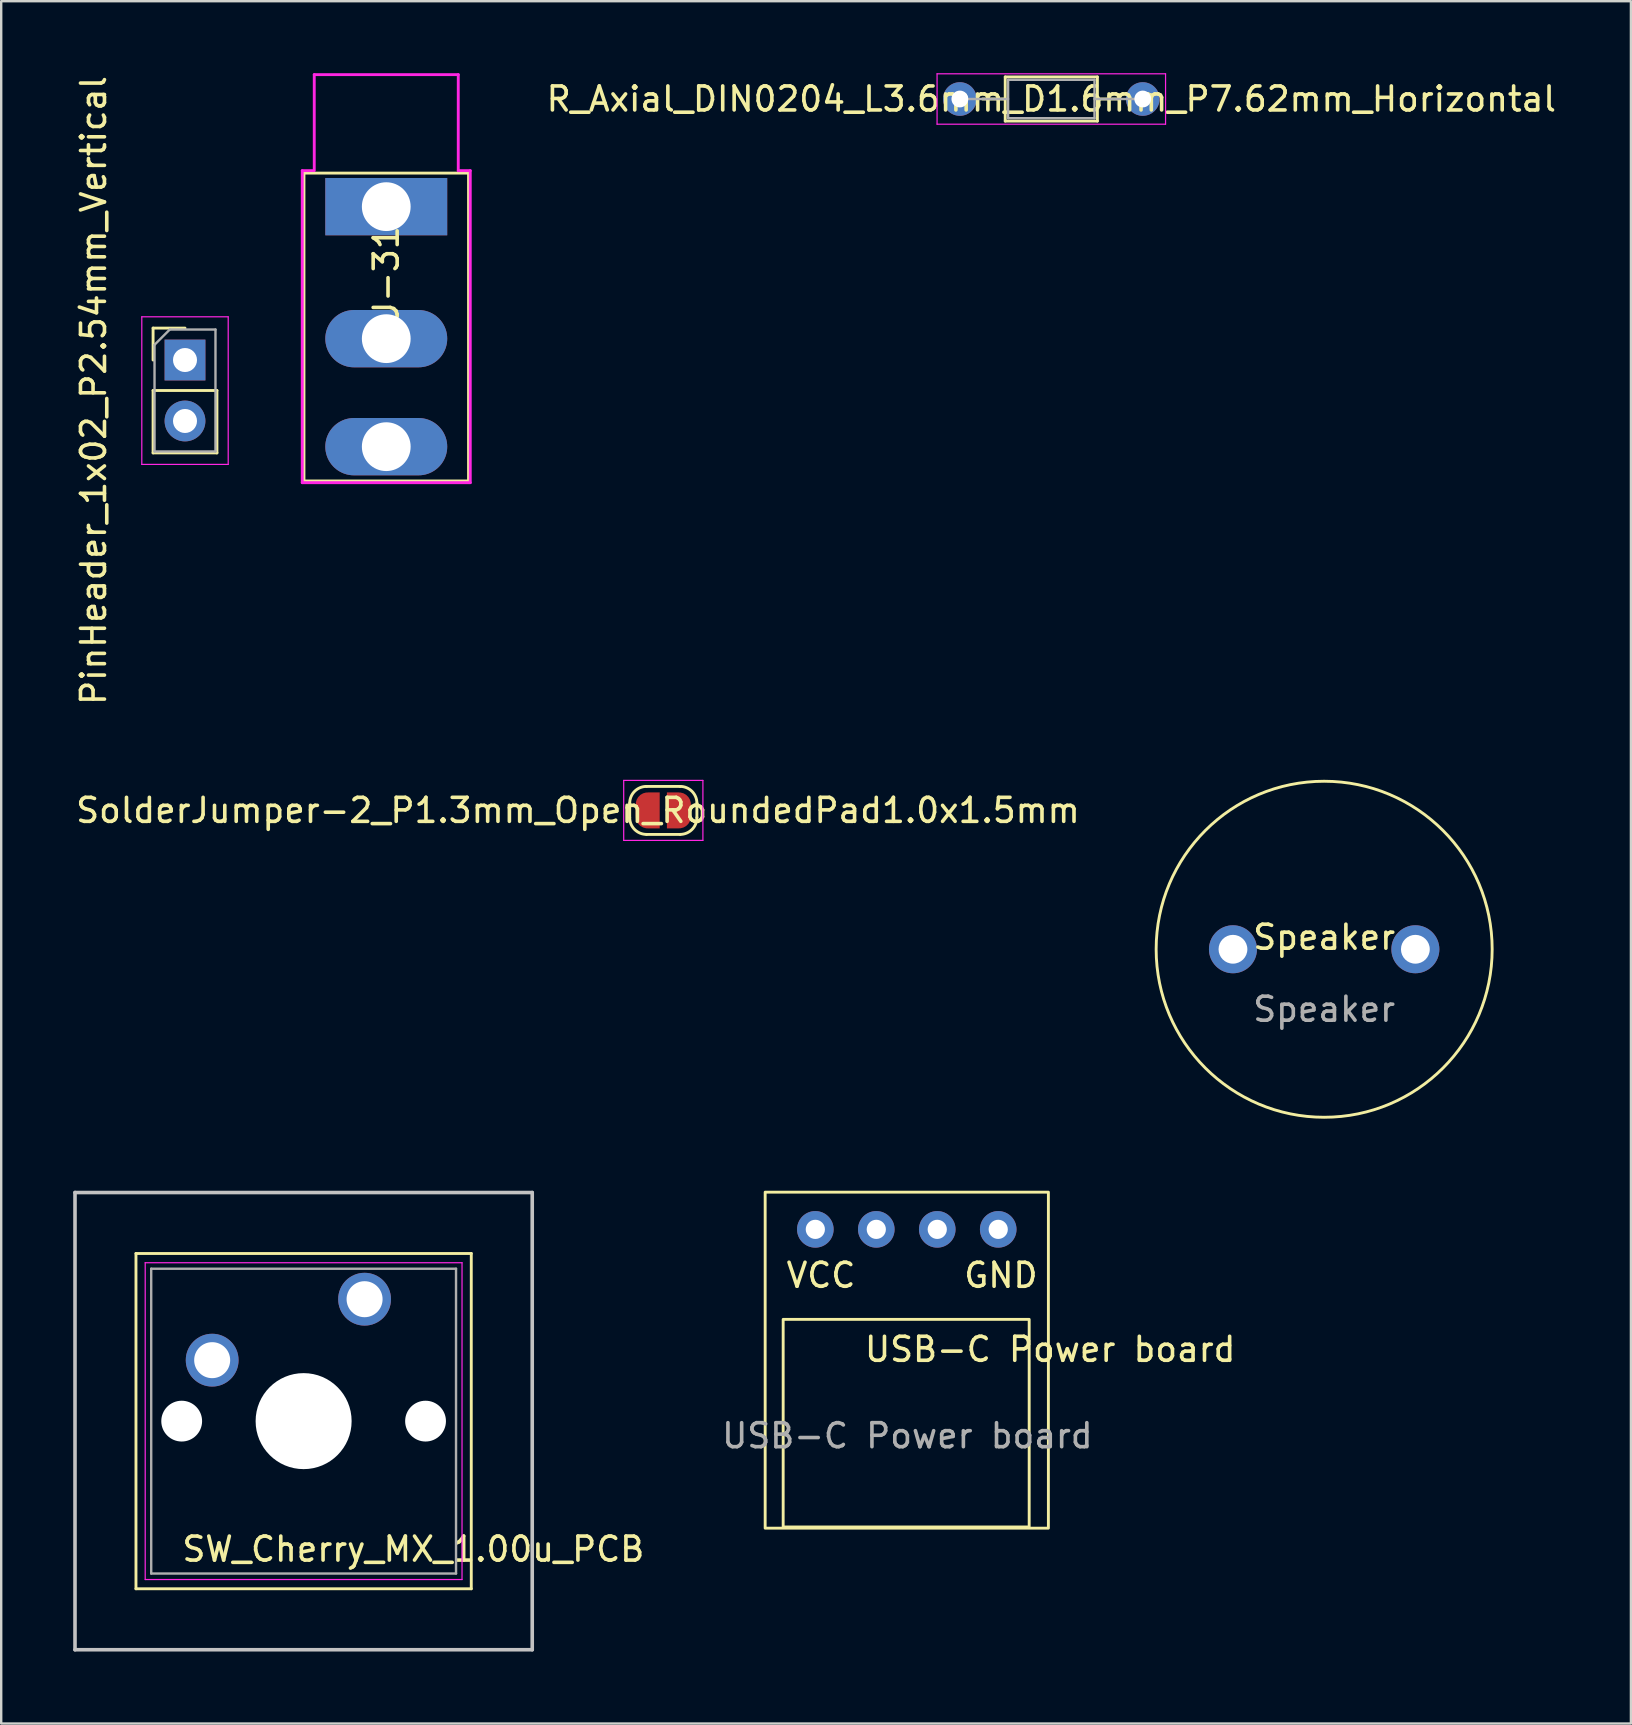
<source format=kicad_pcb>
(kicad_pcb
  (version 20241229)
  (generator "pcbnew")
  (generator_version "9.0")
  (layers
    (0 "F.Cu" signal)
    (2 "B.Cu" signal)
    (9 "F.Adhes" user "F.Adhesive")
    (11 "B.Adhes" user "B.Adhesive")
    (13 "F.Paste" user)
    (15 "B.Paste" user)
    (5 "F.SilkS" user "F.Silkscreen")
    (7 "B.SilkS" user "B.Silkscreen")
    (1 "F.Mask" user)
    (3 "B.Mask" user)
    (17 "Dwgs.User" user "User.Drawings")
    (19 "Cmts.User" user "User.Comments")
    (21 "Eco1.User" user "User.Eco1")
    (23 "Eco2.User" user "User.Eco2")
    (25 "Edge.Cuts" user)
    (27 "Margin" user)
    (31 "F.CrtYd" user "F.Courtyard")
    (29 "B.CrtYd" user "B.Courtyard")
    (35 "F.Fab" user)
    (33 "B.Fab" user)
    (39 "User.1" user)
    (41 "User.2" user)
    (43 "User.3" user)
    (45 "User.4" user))
  (footprint "R_Axial_DIN0204_L3.6mm_D1.6mm_P7.62mm_Horizontal"
    (layer "F.Cu")
    (at 36.942 1.075)
    (property "Reference" "R_Axial_DIN0204_L3.6mm_D1.6mm_P7.62mm_Horizontal" (at 3.81 0 180) (layer "F.SilkS") (effects (font (size 1 1) (thickness 0.15))))
    (attr through_hole)
    (fp_line (start 0.94 0) (end 1.89 0) (stroke (width 0.12) (type solid)) (layer "F.SilkS"))
    (fp_line (start 1.89 -0.92) (end 1.89 0.92) (stroke (width 0.12) (type solid)) (layer "F.SilkS"))
    (fp_line (start 1.89 0.92) (end 5.73 0.92) (stroke (width 0.12) (type solid)) (layer "F.SilkS"))
    (fp_line (start 5.73 -0.92) (end 1.89 -0.92) (stroke (width 0.12) (type solid)) (layer "F.SilkS"))
    (fp_line (start 5.73 0.92) (end 5.73 -0.92) (stroke (width 0.12) (type solid)) (layer "F.SilkS"))
    (fp_line (start 6.68 0) (end 5.73 0) (stroke (width 0.12) (type solid)) (layer "F.SilkS"))
    (fp_line (start -0.95 -1.05) (end -0.95 1.05) (stroke (width 0.05) (type solid)) (layer "F.CrtYd"))
    (fp_line (start -0.95 1.05) (end 8.57 1.05) (stroke (width 0.05) (type solid)) (layer "F.CrtYd"))
    (fp_line (start 8.57 -1.05) (end -0.95 -1.05) (stroke (width 0.05) (type solid)) (layer "F.CrtYd"))
    (fp_line (start 8.57 1.05) (end 8.57 -1.05) (stroke (width 0.05) (type solid)) (layer "F.CrtYd"))
    (fp_line (start 0 0) (end 2.01 0) (stroke (width 0.1) (type solid)) (layer "F.Fab"))
    (fp_line (start 2.01 -0.8) (end 2.01 0.8) (stroke (width 0.1) (type solid)) (layer "F.Fab"))
    (fp_line (start 2.01 0.8) (end 5.61 0.8) (stroke (width 0.1) (type solid)) (layer "F.Fab"))
    (fp_line (start 5.61 -0.8) (end 2.01 -0.8) (stroke (width 0.1) (type solid)) (layer "F.Fab"))
    (fp_line (start 5.61 0.8) (end 5.61 -0.8) (stroke (width 0.1) (type solid)) (layer "F.Fab"))
    (fp_line (start 7.62 0) (end 5.61 0) (stroke (width 0.1) (type solid)) (layer "F.Fab"))
    (pad "1" thru_hole circle (at 0 0) (size 1.4 1.4) (drill 0.7) (layers "*.Cu" "*.Mask"))
    (pad "2" thru_hole oval (at 7.62 0) (size 1.4 1.4) (drill 0.7) (layers "*.Cu" "*.Mask")))
  (footprint "USB-C Power board"
    (layer "F.Cu")
    (at 34.755 54.27)
    (property "Reference" "USB-C Power board" (at 5.95 -1.1 0) (unlocked yes) (layer "F.SilkS") (effects (font (size 1 1) (thickness 0.15))))
    (attr through_hole)
    (fp_rect (start -5.925 -7.65) (end 5.875 6.35) (stroke (width 0.12) (type default)) (fill no) (layer "F.SilkS"))
    (fp_rect (start -5.175 6.3) (end 5.075 -2.35) (stroke (width 0.12) (type default)) (fill no) (layer "F.SilkS"))
    (fp_text user "VCC" (at -5.125 -3.6 0) (unlocked yes) (layer "F.SilkS") (effects (font (size 1 1) (thickness 0.15)) (justify left bottom)))
    (fp_text user "GND" (at 2.275 -3.6 0) (unlocked yes) (layer "F.SilkS") (effects (font (size 1 1) (thickness 0.15)) (justify left bottom)))
    (fp_text user "${REFERENCE}" (at 0 2.5 0) (unlocked yes) (layer "F.Fab") (effects (font (size 1 1) (thickness 0.15))))
    (pad "1" thru_hole circle (at -3.835 -6.1) (size 1.524 1.524) (drill 0.8) (layers "*.Cu" "*.Mask"))
    (pad "2" thru_hole circle (at -1.295 -6.1) (size 1.524 1.524) (drill 0.8) (layers "*.Cu" "*.Mask"))
    (pad "3" thru_hole circle (at 1.245 -6.1) (size 1.524 1.524) (drill 0.8) (layers "*.Cu" "*.Mask"))
    (pad "4" thru_hole circle (at 3.785 -6.1) (size 1.524 1.524) (drill 0.8) (layers "*.Cu" "*.Mask")))
  (footprint "SolderJumper-2_P1.3mm_Open_RoundedPad1.0x1.5mm"
    (layer "F.Cu")
    (at 24.586 30.715)
    (property "Reference" "SolderJumper-2_P1.3mm_Open_RoundedPad1.0x1.5mm" (at -3.556 0 0) (layer "F.SilkS") (effects (font (size 1 1) (thickness 0.15))))
    (attr exclude_from_pos_files exclude_from_bom)
    (fp_line (start -1.4 0.3) (end -1.4 -0.3) (stroke (width 0.12) (type solid)) (layer "F.SilkS"))
    (fp_line (start -0.7 -1) (end 0.7 -1) (stroke (width 0.12) (type solid)) (layer "F.SilkS"))
    (fp_line (start 0.7 1) (end -0.7 1) (stroke (width 0.12) (type solid)) (layer "F.SilkS"))
    (fp_line (start 1.4 -0.3) (end 1.4 0.3) (stroke (width 0.12) (type solid)) (layer "F.SilkS"))
    (fp_arc (start -1.4 -0.3) (mid -1.194975 -0.794975) (end -0.7 -1) (stroke (width 0.12) (type solid)) (layer "F.SilkS"))
    (fp_arc (start -0.7 1) (mid -1.194975 0.794975) (end -1.4 0.3) (stroke (width 0.12) (type solid)) (layer "F.SilkS"))
    (fp_arc (start 0.7 -1) (mid 1.194975 -0.794975) (end 1.4 -0.3) (stroke (width 0.12) (type solid)) (layer "F.SilkS"))
    (fp_arc (start 1.4 0.3) (mid 1.194975 0.794975) (end 0.7 1) (stroke (width 0.12) (type solid)) (layer "F.SilkS"))
    (fp_line (start -1.65 -1.25) (end -1.65 1.25) (stroke (width 0.05) (type solid)) (layer "F.CrtYd"))
    (fp_line (start -1.65 -1.25) (end 1.65 -1.25) (stroke (width 0.05) (type solid)) (layer "F.CrtYd"))
    (fp_line (start 1.65 1.25) (end -1.65 1.25) (stroke (width 0.05) (type solid)) (layer "F.CrtYd"))
    (fp_line (start 1.65 1.25) (end 1.65 -1.25) (stroke (width 0.05) (type solid)) (layer "F.CrtYd"))
    (pad "1" smd custom (at -0.65 0) (size 1 0.5) (layers "F.Cu" "F.Mask") (options (anchor rect)) (primitives (gr_circle (center 0 0.25) (end 0.5 0.25) (width 0) (fill yes)) (gr_circle (center 0 -0.25) (end 0.5 -0.25) (width 0) (fill yes)) (gr_poly (pts (xy 0 -0.75) (xy 0.5 -0.75) (xy 0.5 0.75) (xy 0 0.75)) (width 0) (fill yes))))
    (pad "2" smd custom (at 0.65 0) (size 1 0.5) (layers "F.Cu" "F.Mask") (options (anchor rect)) (primitives (gr_circle (center 0 0.25) (end 0.5 0.25) (width 0) (fill yes)) (gr_circle (center 0 -0.25) (end 0.5 -0.25) (width 0) (fill yes)) (gr_poly (pts (xy 0 -0.75) (xy -0.5 -0.75) (xy -0.5 0.75) (xy 0 0.75)) (width 0) (fill yes)))))
  (footprint "PJ-316"
    (layer "F.Cu")
    (at 13.043 5.56)
    (property "Reference" "PJ-316" (at 0 2.794 90) (layer "F.SilkS") (effects (font (size 1 1) (thickness 0.15))))
    (attr through_hole)
    (fp_line (start -3.429 -1.397) (end 3.429 -1.397) (stroke (width 0.12) (type solid)) (layer "F.SilkS"))
    (fp_line (start -3.429 11.43) (end -3.429 -1.397) (stroke (width 0.12) (type solid)) (layer "F.SilkS"))
    (fp_line (start 3.429 -1.397) (end 3.429 11.43) (stroke (width 0.12) (type solid)) (layer "F.SilkS"))
    (fp_line (start 3.429 11.43) (end -3.429 11.43) (stroke (width 0.12) (type solid)) (layer "F.SilkS"))
    (fp_line (start -3.5 -1.5) (end -3.5 11.5) (stroke (width 0.12) (type solid)) (layer "F.CrtYd"))
    (fp_line (start -3.5 -1.5) (end -3.048 -1.5) (stroke (width 0.12) (type solid)) (layer "F.CrtYd"))
    (fp_line (start -3.5 11.5) (end 3.5 11.5) (stroke (width 0.12) (type solid)) (layer "F.CrtYd"))
    (fp_line (start -3 -5.5) (end -3 -1.5) (stroke (width 0.12) (type solid)) (layer "F.CrtYd"))
    (fp_line (start -3 -5.5) (end 3 -5.5) (stroke (width 0.12) (type solid)) (layer "F.CrtYd"))
    (fp_line (start 3 -1.5) (end 3 -5.5) (stroke (width 0.12) (type solid)) (layer "F.CrtYd"))
    (fp_line (start 3 -1.5) (end 3.5 -1.5) (stroke (width 0.12) (type solid)) (layer "F.CrtYd"))
    (fp_line (start 3.5 -1.5) (end 3.5 11.5) (stroke (width 0.12) (type solid)) (layer "F.CrtYd"))
    (pad "S" thru_hole rect (at 0 0) (size 5.08 2.388) (drill 2.032) (layers "*.Cu" "*.Mask"))
    (pad "T" thru_hole oval (at 0 5.5) (size 5.08 2.388) (drill 2.032) (layers "*.Cu" "*.Mask"))
    (pad "TN" thru_hole oval (at 0 10) (size 5.08 2.388) (drill 2.032) (layers "*.Cu" "*.Mask")))
  (footprint "SW_Cherry_MX_1.00u_PCB"
    (layer "F.Cu")
    (at 12.14 51.08)
    (property "Reference" "SW_Cherry_MX_1.00u_PCB" (at 2.032 10.414 0) (layer "F.SilkS") (effects (font (size 1 1) (thickness 0.15))))
    (attr through_hole)
    (fp_line (start -9.525 -1.905) (end 4.445 -1.905) (stroke (width 0.12) (type solid)) (layer "F.SilkS"))
    (fp_line (start -9.525 12.065) (end -9.525 -1.905) (stroke (width 0.12) (type solid)) (layer "F.SilkS"))
    (fp_line (start 4.445 -1.905) (end 4.445 12.065) (stroke (width 0.12) (type solid)) (layer "F.SilkS"))
    (fp_line (start 4.445 12.065) (end -9.525 12.065) (stroke (width 0.12) (type solid)) (layer "F.SilkS"))
    (fp_line (start -12.065 -4.445) (end 6.985 -4.445) (stroke (width 0.15) (type solid)) (layer "Dwgs.User"))
    (fp_line (start -12.065 14.605) (end -12.065 -4.445) (stroke (width 0.15) (type solid)) (layer "Dwgs.User"))
    (fp_line (start 6.985 -4.445) (end 6.985 14.605) (stroke (width 0.15) (type solid)) (layer "Dwgs.User"))
    (fp_line (start 6.985 14.605) (end -12.065 14.605) (stroke (width 0.15) (type solid)) (layer "Dwgs.User"))
    (fp_line (start -9.14 -1.52) (end 4.06 -1.52) (stroke (width 0.05) (type solid)) (layer "F.CrtYd"))
    (fp_line (start -9.14 11.68) (end -9.14 -1.52) (stroke (width 0.05) (type solid)) (layer "F.CrtYd"))
    (fp_line (start 4.06 -1.52) (end 4.06 11.68) (stroke (width 0.05) (type solid)) (layer "F.CrtYd"))
    (fp_line (start 4.06 11.68) (end -9.14 11.68) (stroke (width 0.05) (type solid)) (layer "F.CrtYd"))
    (fp_line (start -8.89 -1.27) (end 3.81 -1.27) (stroke (width 0.1) (type solid)) (layer "F.Fab"))
    (fp_line (start -8.89 11.43) (end -8.89 -1.27) (stroke (width 0.1) (type solid)) (layer "F.Fab"))
    (fp_line (start 3.81 -1.27) (end 3.81 11.43) (stroke (width 0.1) (type solid)) (layer "F.Fab"))
    (fp_line (start 3.81 11.43) (end -8.89 11.43) (stroke (width 0.1) (type solid)) (layer "F.Fab"))
    (pad "" np_thru_hole circle (at -7.62 5.08) (size 1.7 1.7) (drill 1.7) (layers "*.Cu" "*.Mask"))
    (pad "" np_thru_hole circle (at -2.54 5.08) (size 4 4) (drill 4) (layers "*.Cu" "*.Mask"))
    (pad "" np_thru_hole circle (at 2.54 5.08) (size 1.7 1.7) (drill 1.7) (layers "*.Cu" "*.Mask"))
    (pad "1" thru_hole circle (at 0 0) (size 2.2 2.2) (drill 1.5) (layers "*.Cu" "*.Mask"))
    (pad "2" thru_hole circle (at -6.35 2.54) (size 2.2 2.2) (drill 1.5) (layers "*.Cu" "*.Mask")))
  (footprint "PinHeader_1x02_P2.54mm_Vertical"
    (layer "F.Cu")
    (at 4.658 11.95)
    (property "Reference" "PinHeader_1x02_P2.54mm_Vertical" (at -3.81 1.27 90) (layer "F.SilkS") (effects (font (size 1 1) (thickness 0.15))))
    (attr through_hole)
    (fp_line (start -1.33 -1.33) (end 0 -1.33) (stroke (width 0.12) (type solid)) (layer "F.SilkS"))
    (fp_line (start -1.33 0) (end -1.33 -1.33) (stroke (width 0.12) (type solid)) (layer "F.SilkS"))
    (fp_line (start -1.33 1.27) (end -1.33 3.87) (stroke (width 0.12) (type solid)) (layer "F.SilkS"))
    (fp_line (start -1.33 1.27) (end 1.33 1.27) (stroke (width 0.12) (type solid)) (layer "F.SilkS"))
    (fp_line (start -1.33 3.87) (end 1.33 3.87) (stroke (width 0.12) (type solid)) (layer "F.SilkS"))
    (fp_line (start 1.33 1.27) (end 1.33 3.87) (stroke (width 0.12) (type solid)) (layer "F.SilkS"))
    (fp_line (start -1.8 -1.8) (end -1.8 4.35) (stroke (width 0.05) (type solid)) (layer "F.CrtYd"))
    (fp_line (start -1.8 4.35) (end 1.8 4.35) (stroke (width 0.05) (type solid)) (layer "F.CrtYd"))
    (fp_line (start 1.8 -1.8) (end -1.8 -1.8) (stroke (width 0.05) (type solid)) (layer "F.CrtYd"))
    (fp_line (start 1.8 4.35) (end 1.8 -1.8) (stroke (width 0.05) (type solid)) (layer "F.CrtYd"))
    (fp_line (start -1.27 -0.635) (end -0.635 -1.27) (stroke (width 0.1) (type solid)) (layer "F.Fab"))
    (fp_line (start -1.27 3.81) (end -1.27 -0.635) (stroke (width 0.1) (type solid)) (layer "F.Fab"))
    (fp_line (start -0.635 -1.27) (end 1.27 -1.27) (stroke (width 0.1) (type solid)) (layer "F.Fab"))
    (fp_line (start 1.27 -1.27) (end 1.27 3.81) (stroke (width 0.1) (type solid)) (layer "F.Fab"))
    (fp_line (start 1.27 3.81) (end -1.27 3.81) (stroke (width 0.1) (type solid)) (layer "F.Fab"))
    (pad "1" thru_hole rect (at 0 0) (size 1.7 1.7) (drill 1) (layers "*.Cu" "*.Mask"))
    (pad "2" thru_hole oval (at 0 2.54) (size 1.7 1.7) (drill 1) (layers "*.Cu" "*.Mask")))
  (footprint "Speaker"
    (layer "F.Cu")
    (at 52.12 36.5)
    (property "Reference" "Speaker" (at 0 -0.5 0) (unlocked yes) (layer "F.SilkS") (effects (font (size 1 1) (thickness 0.15))))
    (attr through_hole)
    (fp_circle (center 0 0) (end 7 0) (stroke (width 0.12) (type default)) (fill no) (layer "F.SilkS"))
    (fp_text user "${REFERENCE}" (at 0 2.5 0) (unlocked yes) (layer "F.Fab") (effects (font (size 1 1) (thickness 0.15))))
    (pad "1" thru_hole circle (at -3.8 0) (size 2 2) (drill 1.2) (layers "*.Cu" "*.Mask"))
    (pad "2" thru_hole circle (at 3.8 0) (size 2 2) (drill 1.2) (layers "*.Cu" "*.Mask")))
  (gr_rect
    (start -3 -3)
    (end 64.901 68.76)
    (stroke (width 0.1) (type default))
    (fill no)
    (layer "Edge.Cuts")))
</source>
